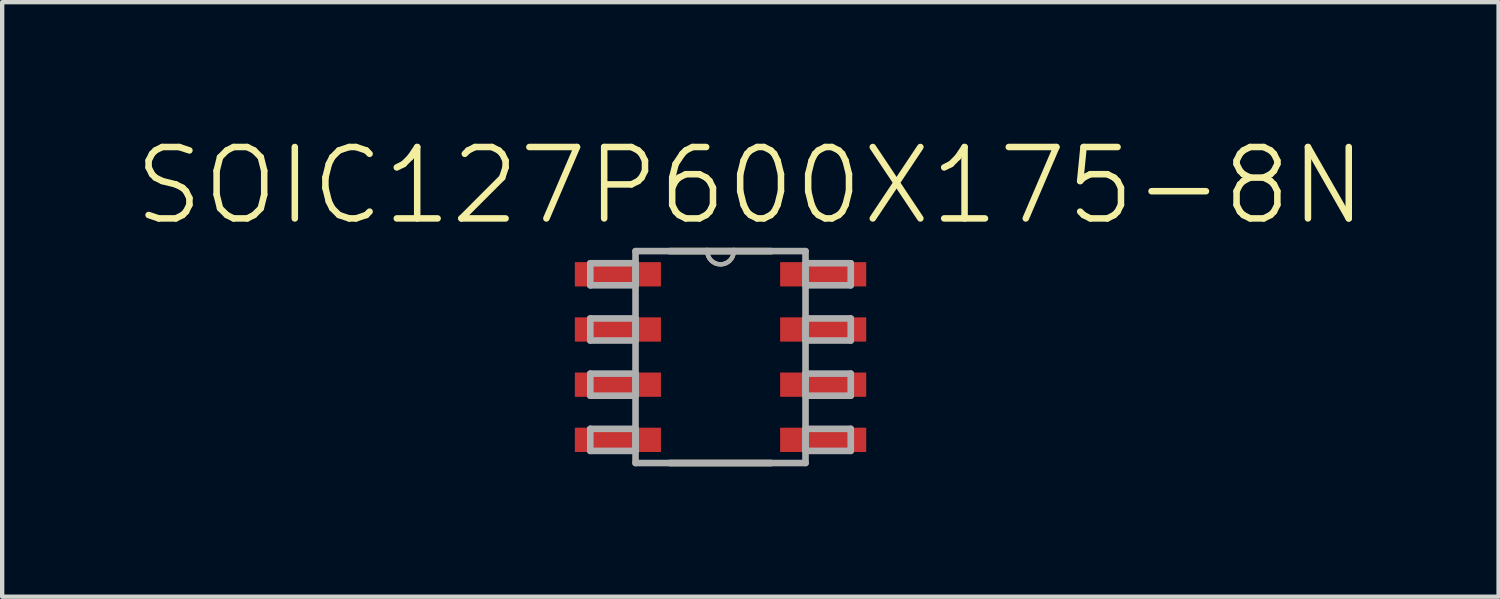
<source format=kicad_pcb>
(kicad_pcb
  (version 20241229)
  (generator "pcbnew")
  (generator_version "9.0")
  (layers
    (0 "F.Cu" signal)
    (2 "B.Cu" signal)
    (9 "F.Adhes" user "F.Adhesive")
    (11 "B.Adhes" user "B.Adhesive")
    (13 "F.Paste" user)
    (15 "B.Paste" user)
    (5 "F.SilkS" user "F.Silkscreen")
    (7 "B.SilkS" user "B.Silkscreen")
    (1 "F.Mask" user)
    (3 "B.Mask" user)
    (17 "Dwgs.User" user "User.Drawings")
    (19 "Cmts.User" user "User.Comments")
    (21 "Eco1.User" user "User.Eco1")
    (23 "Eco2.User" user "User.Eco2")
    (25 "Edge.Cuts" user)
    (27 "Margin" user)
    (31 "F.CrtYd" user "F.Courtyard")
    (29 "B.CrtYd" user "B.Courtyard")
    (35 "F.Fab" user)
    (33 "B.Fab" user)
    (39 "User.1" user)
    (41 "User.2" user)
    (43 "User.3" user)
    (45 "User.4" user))
  (footprint "SOIC127P600X175-8N"
    (layer "F.Cu")
    (at 13.531 5.167)
    (property "Reference" "SOIC127P600X175-8N" (at 0.687 -3.943 0) (layer "F.SilkS") (effects (font (size 1.643 1.643) (thickness 0.15))))
    (attr smd)
    (fp_line (start -1.168 2.438) (end 1.168 2.438) (stroke (width 0.152) (type solid)) (layer "F.SilkS"))
    (fp_line (start -0.305 -2.438) (end -1.168 -2.438) (stroke (width 0.152) (type solid)) (layer "F.SilkS"))
    (fp_line (start 0.305 -2.438) (end -0.305 -2.438) (stroke (width 0.152) (type solid)) (layer "F.SilkS"))
    (fp_line (start 1.168 -2.438) (end 0.305 -2.438) (stroke (width 0.152) (type solid)) (layer "F.SilkS"))
    (fp_arc (start 0.3048 -2.4384) (mid 0 -2.1336) (end -0.3048 -2.4384) (stroke (width 0.1) (type solid)) (layer "F.SilkS"))
    (fp_line (start -2.997 -2.159) (end -2.997 -1.651) (stroke (width 0.152) (type solid)) (layer "F.Fab"))
    (fp_line (start -2.997 -1.651) (end -1.956 -1.651) (stroke (width 0.152) (type solid)) (layer "F.Fab"))
    (fp_line (start -2.997 -0.889) (end -2.997 -0.381) (stroke (width 0.152) (type solid)) (layer "F.Fab"))
    (fp_line (start -2.997 -0.381) (end -1.956 -0.381) (stroke (width 0.152) (type solid)) (layer "F.Fab"))
    (fp_line (start -2.997 0.381) (end -2.997 0.889) (stroke (width 0.152) (type solid)) (layer "F.Fab"))
    (fp_line (start -2.997 0.889) (end -1.956 0.889) (stroke (width 0.152) (type solid)) (layer "F.Fab"))
    (fp_line (start -2.997 1.651) (end -2.997 2.159) (stroke (width 0.152) (type solid)) (layer "F.Fab"))
    (fp_line (start -2.997 2.159) (end -1.956 2.159) (stroke (width 0.152) (type solid)) (layer "F.Fab"))
    (fp_line (start -1.956 -2.438) (end -1.956 2.438) (stroke (width 0.152) (type solid)) (layer "F.Fab"))
    (fp_line (start -1.956 -2.159) (end -2.997 -2.159) (stroke (width 0.152) (type solid)) (layer "F.Fab"))
    (fp_line (start -1.956 -1.651) (end -1.956 -2.159) (stroke (width 0.152) (type solid)) (layer "F.Fab"))
    (fp_line (start -1.956 -0.889) (end -2.997 -0.889) (stroke (width 0.152) (type solid)) (layer "F.Fab"))
    (fp_line (start -1.956 -0.381) (end -1.956 -0.889) (stroke (width 0.152) (type solid)) (layer "F.Fab"))
    (fp_line (start -1.956 0.381) (end -2.997 0.381) (stroke (width 0.152) (type solid)) (layer "F.Fab"))
    (fp_line (start -1.956 0.889) (end -1.956 0.381) (stroke (width 0.152) (type solid)) (layer "F.Fab"))
    (fp_line (start -1.956 1.651) (end -2.997 1.651) (stroke (width 0.152) (type solid)) (layer "F.Fab"))
    (fp_line (start -1.956 2.159) (end -1.956 1.651) (stroke (width 0.152) (type solid)) (layer "F.Fab"))
    (fp_line (start -1.956 2.438) (end 1.956 2.438) (stroke (width 0.152) (type solid)) (layer "F.Fab"))
    (fp_line (start -0.305 -2.438) (end -1.956 -2.438) (stroke (width 0.152) (type solid)) (layer "F.Fab"))
    (fp_line (start 0.305 -2.438) (end -0.305 -2.438) (stroke (width 0.152) (type solid)) (layer "F.Fab"))
    (fp_line (start 1.956 -2.438) (end 0.305 -2.438) (stroke (width 0.152) (type solid)) (layer "F.Fab"))
    (fp_line (start 1.956 -2.159) (end 1.956 -1.651) (stroke (width 0.152) (type solid)) (layer "F.Fab"))
    (fp_line (start 1.956 -1.651) (end 2.997 -1.651) (stroke (width 0.152) (type solid)) (layer "F.Fab"))
    (fp_line (start 1.956 -0.889) (end 1.956 -0.381) (stroke (width 0.152) (type solid)) (layer "F.Fab"))
    (fp_line (start 1.956 -0.381) (end 2.997 -0.381) (stroke (width 0.152) (type solid)) (layer "F.Fab"))
    (fp_line (start 1.956 0.381) (end 1.956 0.889) (stroke (width 0.152) (type solid)) (layer "F.Fab"))
    (fp_line (start 1.956 0.889) (end 2.997 0.889) (stroke (width 0.152) (type solid)) (layer "F.Fab"))
    (fp_line (start 1.956 1.651) (end 1.956 2.159) (stroke (width 0.152) (type solid)) (layer "F.Fab"))
    (fp_line (start 1.956 2.159) (end 2.997 2.159) (stroke (width 0.152) (type solid)) (layer "F.Fab"))
    (fp_line (start 1.956 2.438) (end 1.956 -2.438) (stroke (width 0.152) (type solid)) (layer "F.Fab"))
    (fp_line (start 2.997 -2.159) (end 1.956 -2.159) (stroke (width 0.152) (type solid)) (layer "F.Fab"))
    (fp_line (start 2.997 -1.651) (end 2.997 -2.159) (stroke (width 0.152) (type solid)) (layer "F.Fab"))
    (fp_line (start 2.997 -0.889) (end 1.956 -0.889) (stroke (width 0.152) (type solid)) (layer "F.Fab"))
    (fp_line (start 2.997 -0.381) (end 2.997 -0.889) (stroke (width 0.152) (type solid)) (layer "F.Fab"))
    (fp_line (start 2.997 0.381) (end 1.956 0.381) (stroke (width 0.152) (type solid)) (layer "F.Fab"))
    (fp_line (start 2.997 0.889) (end 2.997 0.381) (stroke (width 0.152) (type solid)) (layer "F.Fab"))
    (fp_line (start 2.997 1.651) (end 1.956 1.651) (stroke (width 0.152) (type solid)) (layer "F.Fab"))
    (fp_line (start 2.997 2.159) (end 2.997 1.651) (stroke (width 0.152) (type solid)) (layer "F.Fab"))
    (fp_arc (start 0.3048 -2.4384) (mid 0 -2.1336) (end -0.3048 -2.4384) (stroke (width 0.1) (type solid)) (layer "F.Fab"))
    (pad "1" smd rect (at -2.362 -1.905) (size 1.981 0.559) (layers "F.Cu" "F.Mask" "F.Paste"))
    (pad "2" smd rect (at -2.362 -0.635) (size 1.981 0.559) (layers "F.Cu" "F.Mask" "F.Paste"))
    (pad "3" smd rect (at -2.362 0.635) (size 1.981 0.559) (layers "F.Cu" "F.Mask" "F.Paste"))
    (pad "4" smd rect (at -2.362 1.905) (size 1.981 0.559) (layers "F.Cu" "F.Mask" "F.Paste"))
    (pad "5" smd rect (at 2.362 1.905) (size 1.981 0.559) (layers "F.Cu" "F.Mask" "F.Paste"))
    (pad "6" smd rect (at 2.362 0.635) (size 1.981 0.559) (layers "F.Cu" "F.Mask" "F.Paste"))
    (pad "7" smd rect (at 2.362 -0.635) (size 1.981 0.559) (layers "F.Cu" "F.Mask" "F.Paste"))
    (pad "8" smd rect (at 2.362 -1.905) (size 1.981 0.559) (layers "F.Cu" "F.Mask" "F.Paste")))
  (gr_rect
    (start -3 -3)
    (end 31.436 10.682)
    (stroke (width 0.1) (type default))
    (fill no)
    (layer "Edge.Cuts")))
</source>
